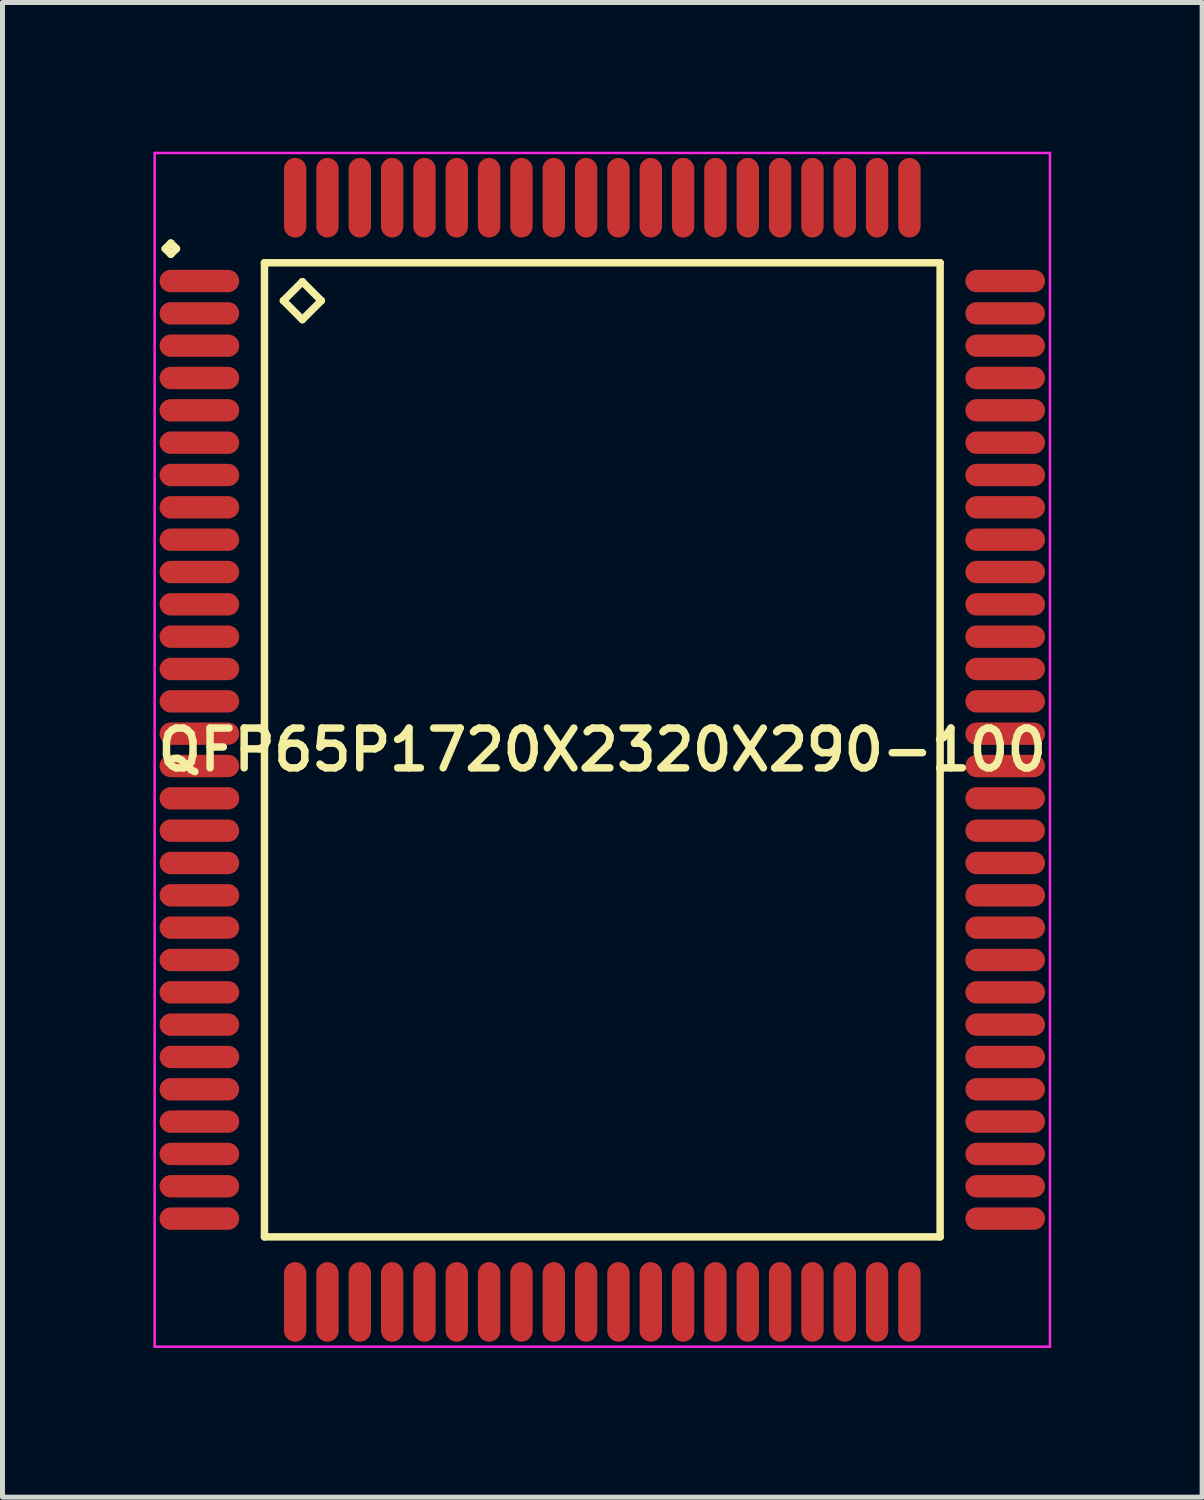
<source format=kicad_pcb>
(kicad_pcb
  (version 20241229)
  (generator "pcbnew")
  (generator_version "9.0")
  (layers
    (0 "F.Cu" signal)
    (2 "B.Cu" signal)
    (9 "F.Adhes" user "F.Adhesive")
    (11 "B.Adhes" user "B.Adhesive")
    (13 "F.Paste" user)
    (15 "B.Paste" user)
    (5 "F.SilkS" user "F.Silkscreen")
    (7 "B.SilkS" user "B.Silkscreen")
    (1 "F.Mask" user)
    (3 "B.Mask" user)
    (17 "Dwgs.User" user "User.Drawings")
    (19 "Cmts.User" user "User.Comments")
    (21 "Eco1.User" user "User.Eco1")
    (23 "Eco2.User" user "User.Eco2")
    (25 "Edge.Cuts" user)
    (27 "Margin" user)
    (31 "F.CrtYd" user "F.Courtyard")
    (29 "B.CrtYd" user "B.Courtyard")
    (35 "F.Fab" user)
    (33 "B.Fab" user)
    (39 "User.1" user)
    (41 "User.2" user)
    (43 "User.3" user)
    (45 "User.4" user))
  (footprint "QFP65P1720X2320X290-100"
    (layer "F.Cu")
    (at 9.059 12.025)
    (property "Reference" "QFP65P1720X2320X290-100" (at 0 0 0) (layer "F.SilkS") (effects (font (size 0.8 0.8) (thickness 0.15))))
    (attr smd)
    (fp_line (start -8.787 -10.075) (end -8.675 -10.188) (stroke (width 0.15) (type solid)) (layer "F.SilkS"))
    (fp_line (start -8.675 -10.188) (end -8.562 -10.075) (stroke (width 0.15) (type solid)) (layer "F.SilkS"))
    (fp_line (start -8.675 -9.963) (end -8.787 -10.075) (stroke (width 0.15) (type solid)) (layer "F.SilkS"))
    (fp_line (start -8.562 -10.075) (end -8.675 -9.963) (stroke (width 0.15) (type solid)) (layer "F.SilkS"))
    (fp_line (start -6.792 -9.792) (end -6.792 9.792) (stroke (width 0.15) (type solid)) (layer "F.SilkS"))
    (fp_line (start -6.792 9.792) (end 6.792 9.792) (stroke (width 0.15) (type solid)) (layer "F.SilkS"))
    (fp_line (start -6.411 -9.03) (end -6.03 -9.411) (stroke (width 0.15) (type solid)) (layer "F.SilkS"))
    (fp_line (start -6.03 -9.411) (end -5.649 -9.03) (stroke (width 0.15) (type solid)) (layer "F.SilkS"))
    (fp_line (start -6.03 -8.649) (end -6.411 -9.03) (stroke (width 0.15) (type solid)) (layer "F.SilkS"))
    (fp_line (start -5.649 -9.03) (end -6.03 -8.649) (stroke (width 0.15) (type solid)) (layer "F.SilkS"))
    (fp_line (start 6.792 -9.792) (end -6.792 -9.792) (stroke (width 0.15) (type solid)) (layer "F.SilkS"))
    (fp_line (start 6.792 9.792) (end 6.792 -9.792) (stroke (width 0.15) (type solid)) (layer "F.SilkS"))
    (fp_line (start -9 -12) (end 9 -12) (stroke (width 0.05) (type solid)) (layer "F.CrtYd"))
    (fp_line (start -9 12) (end -9 -12) (stroke (width 0.05) (type solid)) (layer "F.CrtYd"))
    (fp_line (start 9 -12) (end 9 12) (stroke (width 0.05) (type solid)) (layer "F.CrtYd"))
    (fp_line (start 9 12) (end -9 12) (stroke (width 0.05) (type solid)) (layer "F.CrtYd"))
    (pad "1" smd oval (at -8.1 -9.425) (size 1.6 0.45) (layers "F.Cu" "F.Mask" "F.Paste"))
    (pad "2" smd oval (at -8.1 -8.775) (size 1.6 0.45) (layers "F.Cu" "F.Mask" "F.Paste"))
    (pad "3" smd oval (at -8.1 -8.125) (size 1.6 0.45) (layers "F.Cu" "F.Mask" "F.Paste"))
    (pad "4" smd oval (at -8.1 -7.475) (size 1.6 0.45) (layers "F.Cu" "F.Mask" "F.Paste"))
    (pad "5" smd oval (at -8.1 -6.825) (size 1.6 0.45) (layers "F.Cu" "F.Mask" "F.Paste"))
    (pad "6" smd oval (at -8.1 -6.175) (size 1.6 0.45) (layers "F.Cu" "F.Mask" "F.Paste"))
    (pad "7" smd oval (at -8.1 -5.525) (size 1.6 0.45) (layers "F.Cu" "F.Mask" "F.Paste"))
    (pad "8" smd oval (at -8.1 -4.875) (size 1.6 0.45) (layers "F.Cu" "F.Mask" "F.Paste"))
    (pad "9" smd oval (at -8.1 -4.225) (size 1.6 0.45) (layers "F.Cu" "F.Mask" "F.Paste"))
    (pad "10" smd oval (at -8.1 -3.575) (size 1.6 0.45) (layers "F.Cu" "F.Mask" "F.Paste"))
    (pad "11" smd oval (at -8.1 -2.925) (size 1.6 0.45) (layers "F.Cu" "F.Mask" "F.Paste"))
    (pad "12" smd oval (at -8.1 -2.275) (size 1.6 0.45) (layers "F.Cu" "F.Mask" "F.Paste"))
    (pad "13" smd oval (at -8.1 -1.625) (size 1.6 0.45) (layers "F.Cu" "F.Mask" "F.Paste"))
    (pad "14" smd oval (at -8.1 -0.975) (size 1.6 0.45) (layers "F.Cu" "F.Mask" "F.Paste"))
    (pad "15" smd oval (at -8.1 -0.325) (size 1.6 0.45) (layers "F.Cu" "F.Mask" "F.Paste"))
    (pad "16" smd oval (at -8.1 0.325) (size 1.6 0.45) (layers "F.Cu" "F.Mask" "F.Paste"))
    (pad "17" smd oval (at -8.1 0.975) (size 1.6 0.45) (layers "F.Cu" "F.Mask" "F.Paste"))
    (pad "18" smd oval (at -8.1 1.625) (size 1.6 0.45) (layers "F.Cu" "F.Mask" "F.Paste"))
    (pad "19" smd oval (at -8.1 2.275) (size 1.6 0.45) (layers "F.Cu" "F.Mask" "F.Paste"))
    (pad "20" smd oval (at -8.1 2.925) (size 1.6 0.45) (layers "F.Cu" "F.Mask" "F.Paste"))
    (pad "21" smd oval (at -8.1 3.575) (size 1.6 0.45) (layers "F.Cu" "F.Mask" "F.Paste"))
    (pad "22" smd oval (at -8.1 4.225) (size 1.6 0.45) (layers "F.Cu" "F.Mask" "F.Paste"))
    (pad "23" smd oval (at -8.1 4.875) (size 1.6 0.45) (layers "F.Cu" "F.Mask" "F.Paste"))
    (pad "24" smd oval (at -8.1 5.525) (size 1.6 0.45) (layers "F.Cu" "F.Mask" "F.Paste"))
    (pad "25" smd oval (at -8.1 6.175) (size 1.6 0.45) (layers "F.Cu" "F.Mask" "F.Paste"))
    (pad "26" smd oval (at -8.1 6.825) (size 1.6 0.45) (layers "F.Cu" "F.Mask" "F.Paste"))
    (pad "27" smd oval (at -8.1 7.475) (size 1.6 0.45) (layers "F.Cu" "F.Mask" "F.Paste"))
    (pad "28" smd oval (at -8.1 8.125) (size 1.6 0.45) (layers "F.Cu" "F.Mask" "F.Paste"))
    (pad "29" smd oval (at -8.1 8.775) (size 1.6 0.45) (layers "F.Cu" "F.Mask" "F.Paste"))
    (pad "30" smd oval (at -8.1 9.425) (size 1.6 0.45) (layers "F.Cu" "F.Mask" "F.Paste"))
    (pad "31" smd oval (at -6.175 11.1) (size 0.45 1.6) (layers "F.Cu" "F.Mask" "F.Paste"))
    (pad "32" smd oval (at -5.525 11.1) (size 0.45 1.6) (layers "F.Cu" "F.Mask" "F.Paste"))
    (pad "33" smd oval (at -4.875 11.1) (size 0.45 1.6) (layers "F.Cu" "F.Mask" "F.Paste"))
    (pad "34" smd oval (at -4.225 11.1) (size 0.45 1.6) (layers "F.Cu" "F.Mask" "F.Paste"))
    (pad "35" smd oval (at -3.575 11.1) (size 0.45 1.6) (layers "F.Cu" "F.Mask" "F.Paste"))
    (pad "36" smd oval (at -2.925 11.1) (size 0.45 1.6) (layers "F.Cu" "F.Mask" "F.Paste"))
    (pad "37" smd oval (at -2.275 11.1) (size 0.45 1.6) (layers "F.Cu" "F.Mask" "F.Paste"))
    (pad "38" smd oval (at -1.625 11.1) (size 0.45 1.6) (layers "F.Cu" "F.Mask" "F.Paste"))
    (pad "39" smd oval (at -0.975 11.1) (size 0.45 1.6) (layers "F.Cu" "F.Mask" "F.Paste"))
    (pad "40" smd oval (at -0.325 11.1) (size 0.45 1.6) (layers "F.Cu" "F.Mask" "F.Paste"))
    (pad "41" smd oval (at 0.325 11.1) (size 0.45 1.6) (layers "F.Cu" "F.Mask" "F.Paste"))
    (pad "42" smd oval (at 0.975 11.1) (size 0.45 1.6) (layers "F.Cu" "F.Mask" "F.Paste"))
    (pad "43" smd oval (at 1.625 11.1) (size 0.45 1.6) (layers "F.Cu" "F.Mask" "F.Paste"))
    (pad "44" smd oval (at 2.275 11.1) (size 0.45 1.6) (layers "F.Cu" "F.Mask" "F.Paste"))
    (pad "45" smd oval (at 2.925 11.1) (size 0.45 1.6) (layers "F.Cu" "F.Mask" "F.Paste"))
    (pad "46" smd oval (at 3.575 11.1) (size 0.45 1.6) (layers "F.Cu" "F.Mask" "F.Paste"))
    (pad "47" smd oval (at 4.225 11.1) (size 0.45 1.6) (layers "F.Cu" "F.Mask" "F.Paste"))
    (pad "48" smd oval (at 4.875 11.1) (size 0.45 1.6) (layers "F.Cu" "F.Mask" "F.Paste"))
    (pad "49" smd oval (at 5.525 11.1) (size 0.45 1.6) (layers "F.Cu" "F.Mask" "F.Paste"))
    (pad "50" smd oval (at 6.175 11.1) (size 0.45 1.6) (layers "F.Cu" "F.Mask" "F.Paste"))
    (pad "51" smd oval (at 8.1 9.425) (size 1.6 0.45) (layers "F.Cu" "F.Mask" "F.Paste"))
    (pad "52" smd oval (at 8.1 8.775) (size 1.6 0.45) (layers "F.Cu" "F.Mask" "F.Paste"))
    (pad "53" smd oval (at 8.1 8.125) (size 1.6 0.45) (layers "F.Cu" "F.Mask" "F.Paste"))
    (pad "54" smd oval (at 8.1 7.475) (size 1.6 0.45) (layers "F.Cu" "F.Mask" "F.Paste"))
    (pad "55" smd oval (at 8.1 6.825) (size 1.6 0.45) (layers "F.Cu" "F.Mask" "F.Paste"))
    (pad "56" smd oval (at 8.1 6.175) (size 1.6 0.45) (layers "F.Cu" "F.Mask" "F.Paste"))
    (pad "57" smd oval (at 8.1 5.525) (size 1.6 0.45) (layers "F.Cu" "F.Mask" "F.Paste"))
    (pad "58" smd oval (at 8.1 4.875) (size 1.6 0.45) (layers "F.Cu" "F.Mask" "F.Paste"))
    (pad "59" smd oval (at 8.1 4.225) (size 1.6 0.45) (layers "F.Cu" "F.Mask" "F.Paste"))
    (pad "60" smd oval (at 8.1 3.575) (size 1.6 0.45) (layers "F.Cu" "F.Mask" "F.Paste"))
    (pad "61" smd oval (at 8.1 2.925) (size 1.6 0.45) (layers "F.Cu" "F.Mask" "F.Paste"))
    (pad "62" smd oval (at 8.1 2.275) (size 1.6 0.45) (layers "F.Cu" "F.Mask" "F.Paste"))
    (pad "63" smd oval (at 8.1 1.625) (size 1.6 0.45) (layers "F.Cu" "F.Mask" "F.Paste"))
    (pad "64" smd oval (at 8.1 0.975) (size 1.6 0.45) (layers "F.Cu" "F.Mask" "F.Paste"))
    (pad "65" smd oval (at 8.1 0.325) (size 1.6 0.45) (layers "F.Cu" "F.Mask" "F.Paste"))
    (pad "66" smd oval (at 8.1 -0.325) (size 1.6 0.45) (layers "F.Cu" "F.Mask" "F.Paste"))
    (pad "67" smd oval (at 8.1 -0.975) (size 1.6 0.45) (layers "F.Cu" "F.Mask" "F.Paste"))
    (pad "68" smd oval (at 8.1 -1.625) (size 1.6 0.45) (layers "F.Cu" "F.Mask" "F.Paste"))
    (pad "69" smd oval (at 8.1 -2.275) (size 1.6 0.45) (layers "F.Cu" "F.Mask" "F.Paste"))
    (pad "70" smd oval (at 8.1 -2.925) (size 1.6 0.45) (layers "F.Cu" "F.Mask" "F.Paste"))
    (pad "71" smd oval (at 8.1 -3.575) (size 1.6 0.45) (layers "F.Cu" "F.Mask" "F.Paste"))
    (pad "72" smd oval (at 8.1 -4.225) (size 1.6 0.45) (layers "F.Cu" "F.Mask" "F.Paste"))
    (pad "73" smd oval (at 8.1 -4.875) (size 1.6 0.45) (layers "F.Cu" "F.Mask" "F.Paste"))
    (pad "74" smd oval (at 8.1 -5.525) (size 1.6 0.45) (layers "F.Cu" "F.Mask" "F.Paste"))
    (pad "75" smd oval (at 8.1 -6.175) (size 1.6 0.45) (layers "F.Cu" "F.Mask" "F.Paste"))
    (pad "76" smd oval (at 8.1 -6.825) (size 1.6 0.45) (layers "F.Cu" "F.Mask" "F.Paste"))
    (pad "77" smd oval (at 8.1 -7.475) (size 1.6 0.45) (layers "F.Cu" "F.Mask" "F.Paste"))
    (pad "78" smd oval (at 8.1 -8.125) (size 1.6 0.45) (layers "F.Cu" "F.Mask" "F.Paste"))
    (pad "79" smd oval (at 8.1 -8.775) (size 1.6 0.45) (layers "F.Cu" "F.Mask" "F.Paste"))
    (pad "80" smd oval (at 8.1 -9.425) (size 1.6 0.45) (layers "F.Cu" "F.Mask" "F.Paste"))
    (pad "81" smd oval (at 6.175 -11.1) (size 0.45 1.6) (layers "F.Cu" "F.Mask" "F.Paste"))
    (pad "82" smd oval (at 5.525 -11.1) (size 0.45 1.6) (layers "F.Cu" "F.Mask" "F.Paste"))
    (pad "83" smd oval (at 4.875 -11.1) (size 0.45 1.6) (layers "F.Cu" "F.Mask" "F.Paste"))
    (pad "84" smd oval (at 4.225 -11.1) (size 0.45 1.6) (layers "F.Cu" "F.Mask" "F.Paste"))
    (pad "85" smd oval (at 3.575 -11.1) (size 0.45 1.6) (layers "F.Cu" "F.Mask" "F.Paste"))
    (pad "86" smd oval (at 2.925 -11.1) (size 0.45 1.6) (layers "F.Cu" "F.Mask" "F.Paste"))
    (pad "87" smd oval (at 2.275 -11.1) (size 0.45 1.6) (layers "F.Cu" "F.Mask" "F.Paste"))
    (pad "88" smd oval (at 1.625 -11.1) (size 0.45 1.6) (layers "F.Cu" "F.Mask" "F.Paste"))
    (pad "89" smd oval (at 0.975 -11.1) (size 0.45 1.6) (layers "F.Cu" "F.Mask" "F.Paste"))
    (pad "90" smd oval (at 0.325 -11.1) (size 0.45 1.6) (layers "F.Cu" "F.Mask" "F.Paste"))
    (pad "91" smd oval (at -0.325 -11.1) (size 0.45 1.6) (layers "F.Cu" "F.Mask" "F.Paste"))
    (pad "92" smd oval (at -0.975 -11.1) (size 0.45 1.6) (layers "F.Cu" "F.Mask" "F.Paste"))
    (pad "93" smd oval (at -1.625 -11.1) (size 0.45 1.6) (layers "F.Cu" "F.Mask" "F.Paste"))
    (pad "94" smd oval (at -2.275 -11.1) (size 0.45 1.6) (layers "F.Cu" "F.Mask" "F.Paste"))
    (pad "95" smd oval (at -2.925 -11.1) (size 0.45 1.6) (layers "F.Cu" "F.Mask" "F.Paste"))
    (pad "96" smd oval (at -3.575 -11.1) (size 0.45 1.6) (layers "F.Cu" "F.Mask" "F.Paste"))
    (pad "97" smd oval (at -4.225 -11.1) (size 0.45 1.6) (layers "F.Cu" "F.Mask" "F.Paste"))
    (pad "98" smd oval (at -4.875 -11.1) (size 0.45 1.6) (layers "F.Cu" "F.Mask" "F.Paste"))
    (pad "99" smd oval (at -5.525 -11.1) (size 0.45 1.6) (layers "F.Cu" "F.Mask" "F.Paste"))
    (pad "100" smd oval (at -6.175 -11.1) (size 0.45 1.6) (layers "F.Cu" "F.Mask" "F.Paste")))
  (gr_rect
    (start -3 -3)
    (end 21.119 27.05)
    (stroke (width 0.1) (type default))
    (fill no)
    (layer "Edge.Cuts")))
</source>
